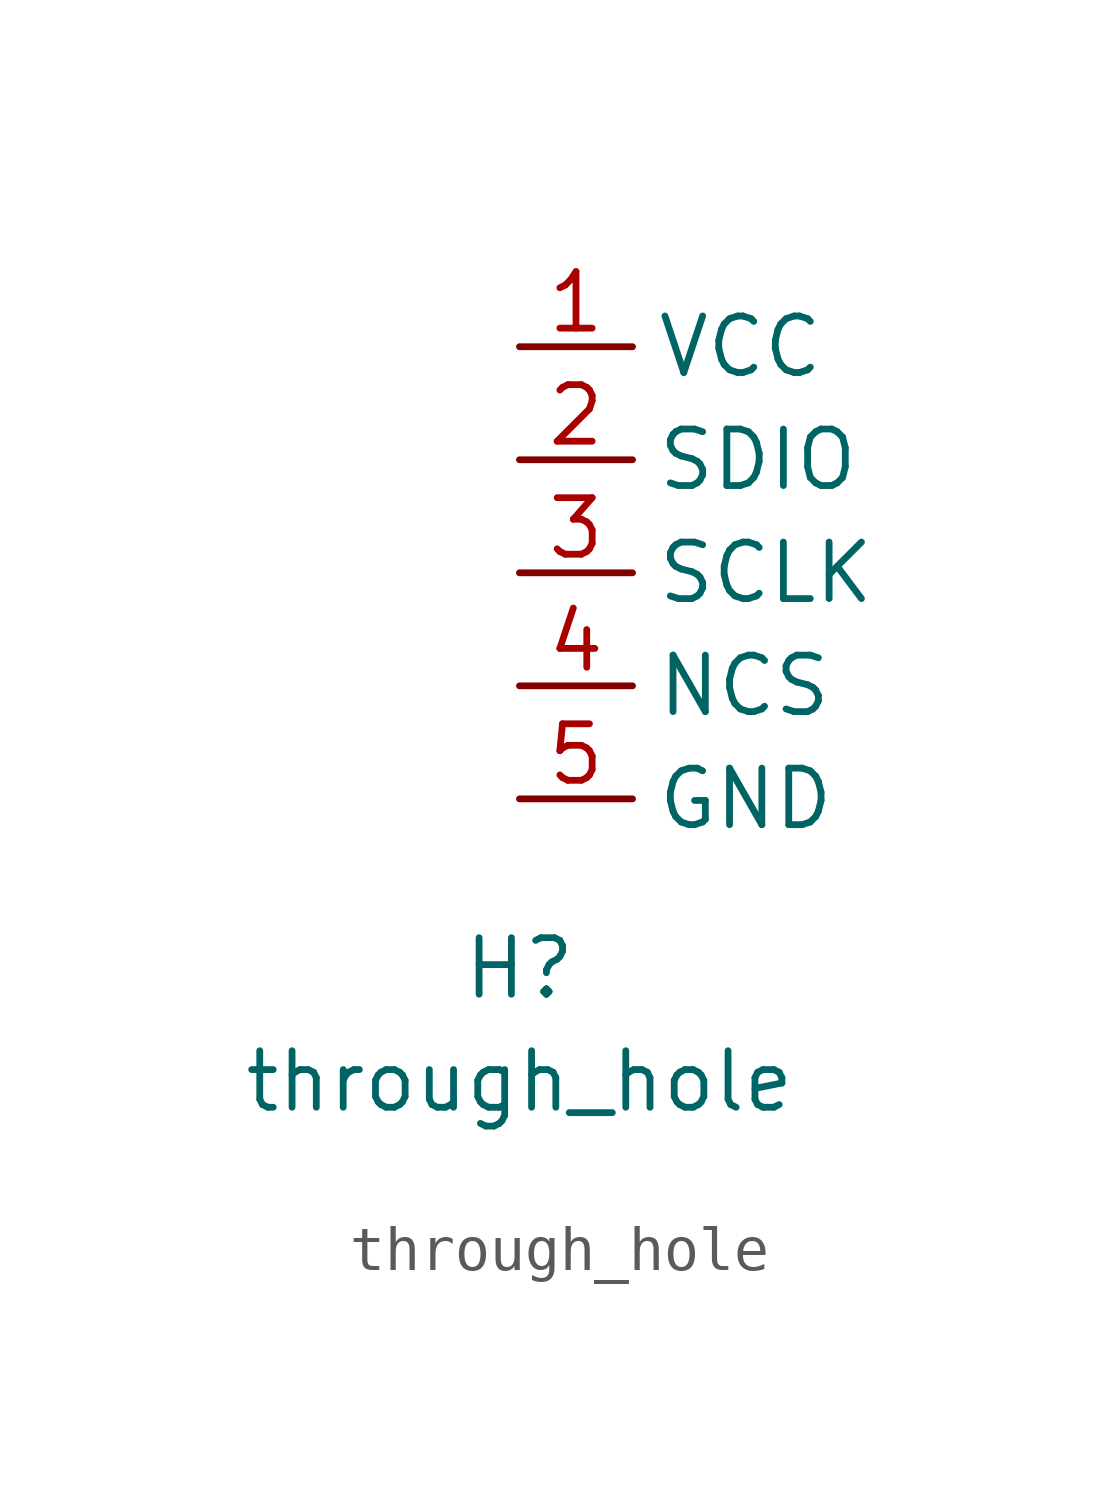
<source format=kicad_sym>
(kicad_symbol_lib
  (version 20211014)
  (generator kicad_symbol_editor)
  (symbol "through_hole"
    (property "Reference" "H"
      (at 0 -8.89 0)
      (effects (font (size 1.27 1.27))))
    (property "Value" "through_hole"
      (at 0 -11.43 0)
      (effects (font (size 1.27 1.27))))
    (symbol "through_hole_1_1"
      (pin power_in line (at 0 5.08 0) (length 2.54) (name "VCC" (effects (font (size 1.27 1.27)))) (number "1" (effects (font (size 1.27 1.27)))))
      (pin bidirectional line (at 0 2.54 0) (length 2.54) (name "SDIO" (effects (font (size 1.27 1.27)))) (number "2" (effects (font (size 1.27 1.27)))))
      (pin bidirectional line (at 0 0 0) (length 2.54) (name "SCLK" (effects (font (size 1.27 1.27)))) (number "3" (effects (font (size 1.27 1.27)))))
      (pin bidirectional line (at 0 -2.54 0) (length 2.54) (name "NCS" (effects (font (size 1.27 1.27)))) (number "4" (effects (font (size 1.27 1.27)))))
      (pin power_in line (at 0 -5.08 0) (length 2.54) (name "GND" (effects (font (size 1.27 1.27)))) (number "5" (effects (font (size 1.27 1.27))))))))
</source>
